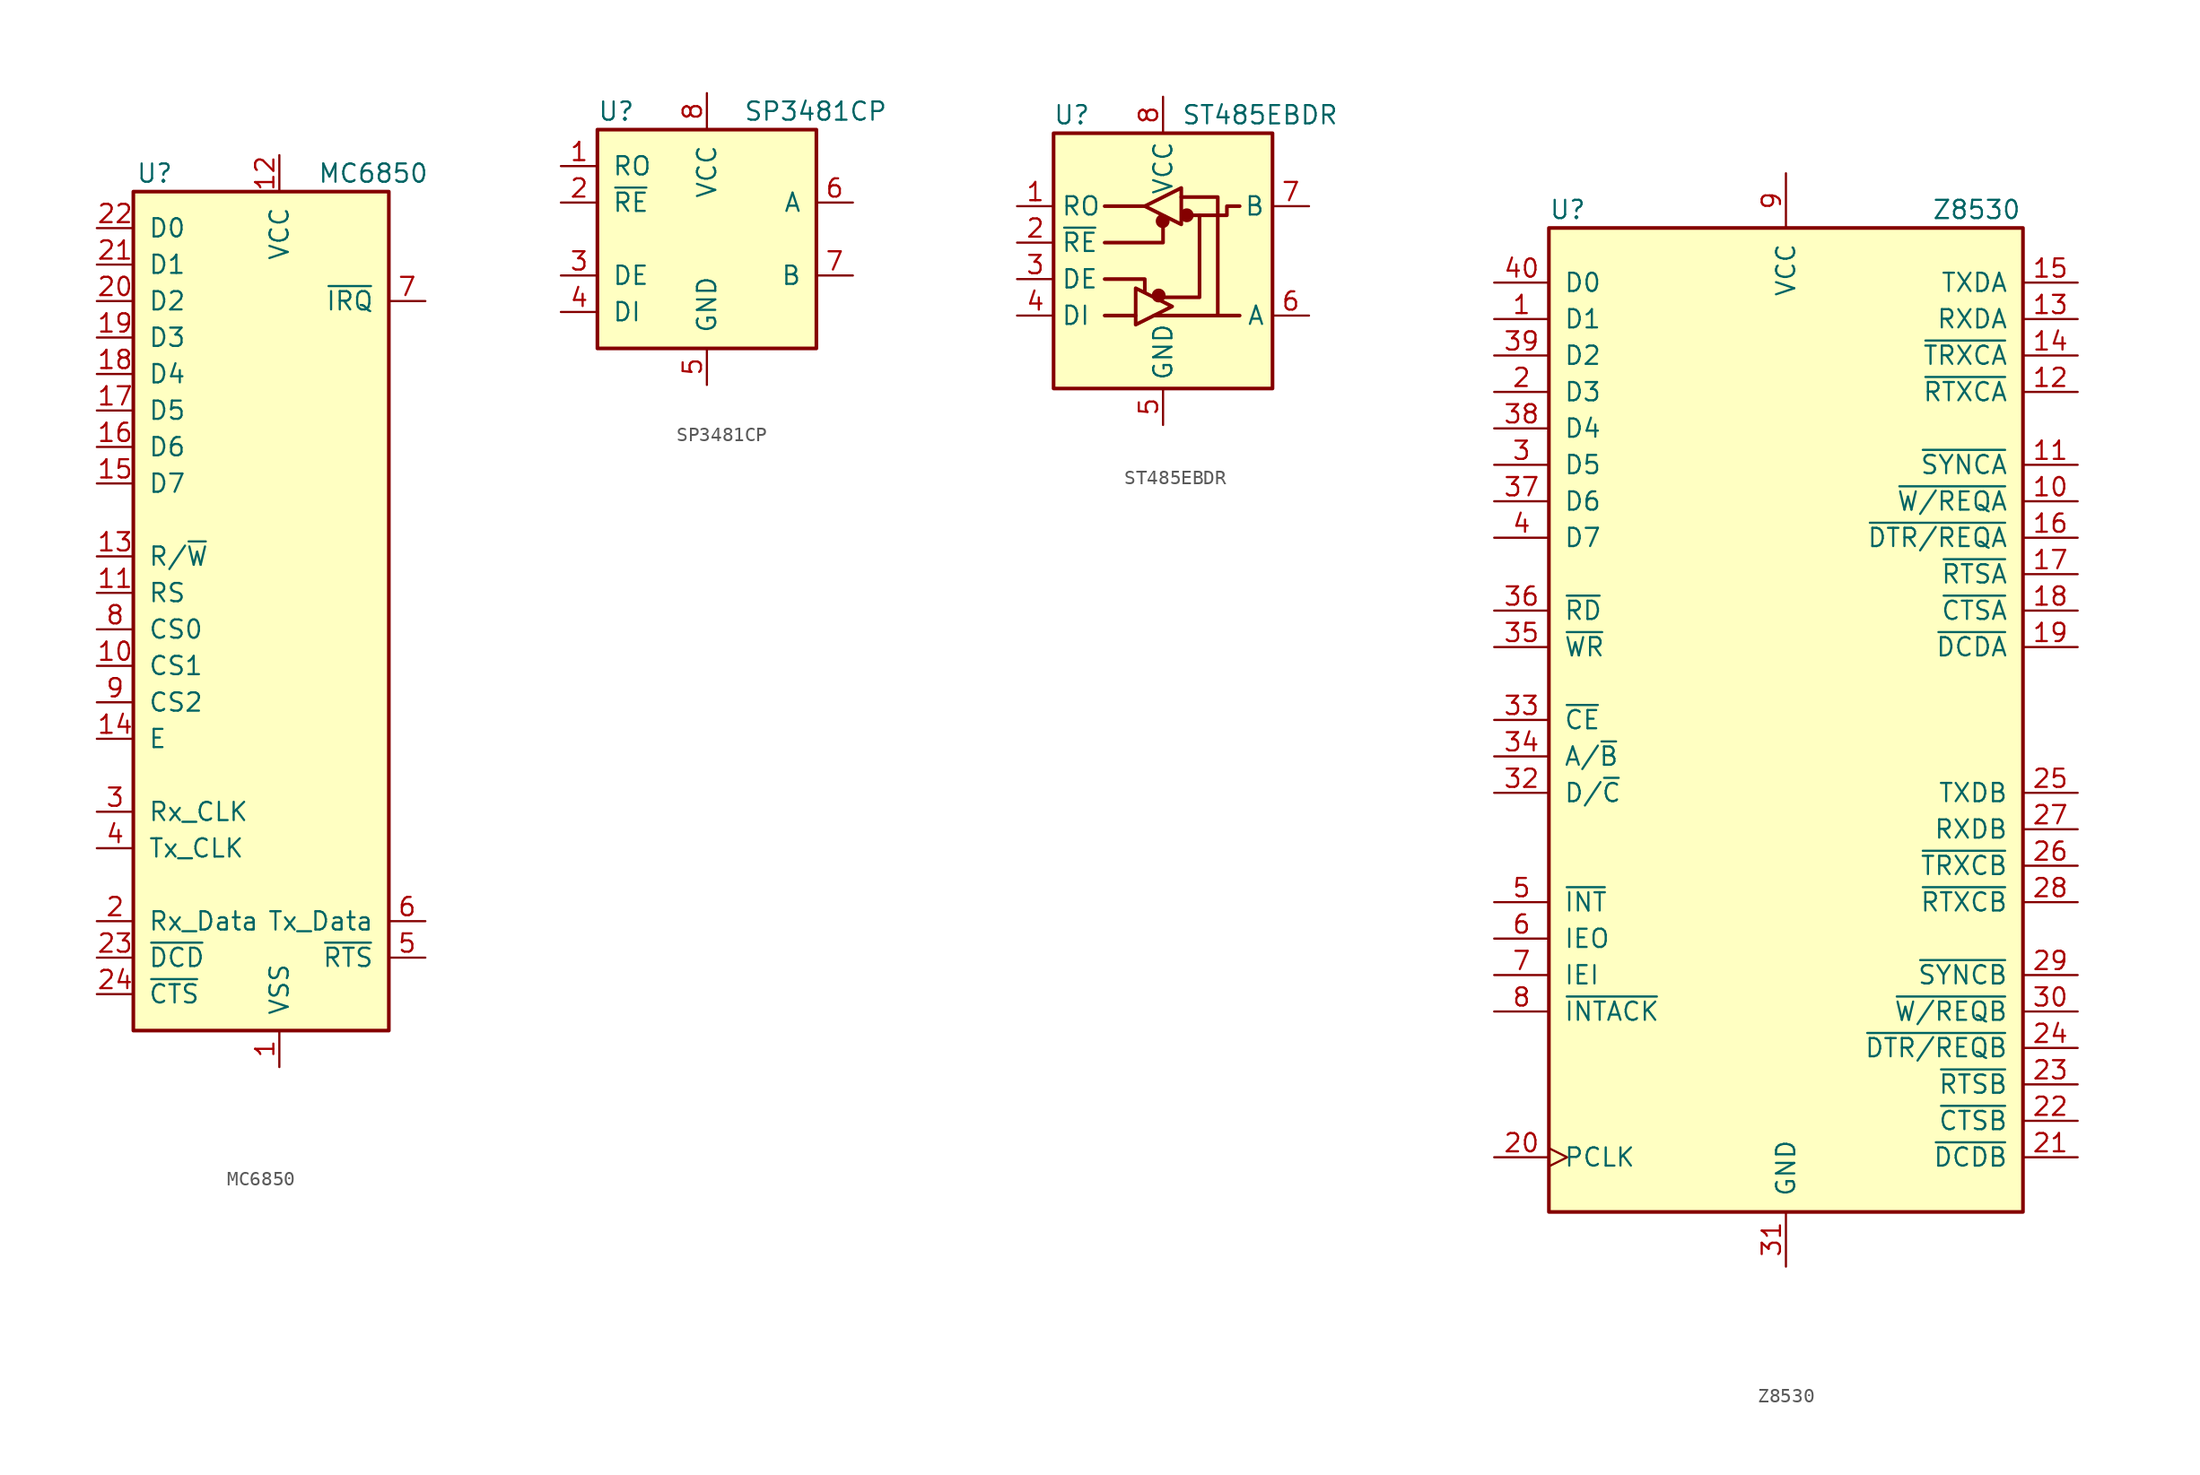
<source format=kicad_sym>
(kicad_symbol_lib
  (version 20201005)
  (generator kicad_symbol_editor)
  (symbol "Interface_UART:MC6850"
    (pin_names
      (offset 1.016))
    (property "Reference" "U"
      (at -7.366 31.75 0)
      (effects (font (size 1.27 1.27)) (justify right)))
    (property "Value" "MC6850"
      (at 10.414 31.75 0)
      (effects (font (size 1.27 1.27)) (justify right)))
    (symbol "MC6850_1_1"
      (rectangle (start -10.16 -27.94) (end 7.62 30.48) (stroke (width 0.254)) (fill (type background)))
      (pin power_in line (at 0 -30.48 90) (length 2.54) (name "VSS" (effects (font (size 1.27 1.27)))) (number "1" (effects (font (size 1.27 1.27)))))
      (pin input line (at -12.7 -2.54 0) (length 2.54) (name "CS1" (effects (font (size 1.27 1.27)))) (number "10" (effects (font (size 1.27 1.27)))))
      (pin input line (at -12.7 2.54 0) (length 2.54) (name "RS" (effects (font (size 1.27 1.27)))) (number "11" (effects (font (size 1.27 1.27)))))
      (pin power_in line (at 0 33.02 270) (length 2.54) (name "VCC" (effects (font (size 1.27 1.27)))) (number "12" (effects (font (size 1.27 1.27)))))
      (pin input line (at -12.7 5.08 0) (length 2.54) (name "R/~W" (effects (font (size 1.27 1.27)))) (number "13" (effects (font (size 1.27 1.27)))))
      (pin input line (at -12.7 -7.62 0) (length 2.54) (name "E" (effects (font (size 1.27 1.27)))) (number "14" (effects (font (size 1.27 1.27)))))
      (pin bidirectional line (at -12.7 10.16 0) (length 2.54) (name "D7" (effects (font (size 1.27 1.27)))) (number "15" (effects (font (size 1.27 1.27)))))
      (pin bidirectional line (at -12.7 12.7 0) (length 2.54) (name "D6" (effects (font (size 1.27 1.27)))) (number "16" (effects (font (size 1.27 1.27)))))
      (pin bidirectional line (at -12.7 15.24 0) (length 2.54) (name "D5" (effects (font (size 1.27 1.27)))) (number "17" (effects (font (size 1.27 1.27)))))
      (pin bidirectional line (at -12.7 17.78 0) (length 2.54) (name "D4" (effects (font (size 1.27 1.27)))) (number "18" (effects (font (size 1.27 1.27)))))
      (pin bidirectional line (at -12.7 20.32 0) (length 2.54) (name "D3" (effects (font (size 1.27 1.27)))) (number "19" (effects (font (size 1.27 1.27)))))
      (pin input line (at -12.7 -20.32 0) (length 2.54) (name "Rx_Data" (effects (font (size 1.27 1.27)))) (number "2" (effects (font (size 1.27 1.27)))))
      (pin bidirectional line (at -12.7 22.86 0) (length 2.54) (name "D2" (effects (font (size 1.27 1.27)))) (number "20" (effects (font (size 1.27 1.27)))))
      (pin bidirectional line (at -12.7 25.4 0) (length 2.54) (name "D1" (effects (font (size 1.27 1.27)))) (number "21" (effects (font (size 1.27 1.27)))))
      (pin bidirectional line (at -12.7 27.94 0) (length 2.54) (name "D0" (effects (font (size 1.27 1.27)))) (number "22" (effects (font (size 1.27 1.27)))))
      (pin input line (at -12.7 -22.86 0) (length 2.54) (name "~DCD" (effects (font (size 1.27 1.27)))) (number "23" (effects (font (size 1.27 1.27)))))
      (pin input line (at -12.7 -25.4 0) (length 2.54) (name "~CTS" (effects (font (size 1.27 1.27)))) (number "24" (effects (font (size 1.27 1.27)))))
      (pin input line (at -12.7 -12.7 0) (length 2.54) (name "Rx_CLK" (effects (font (size 1.27 1.27)))) (number "3" (effects (font (size 1.27 1.27)))))
      (pin input line (at -12.7 -15.24 0) (length 2.54) (name "Tx_CLK" (effects (font (size 1.27 1.27)))) (number "4" (effects (font (size 1.27 1.27)))))
      (pin output line (at 10.16 -22.86 180) (length 2.54) (name "~RTS" (effects (font (size 1.27 1.27)))) (number "5" (effects (font (size 1.27 1.27)))))
      (pin output line (at 10.16 -20.32 180) (length 2.54) (name "Tx_Data" (effects (font (size 1.27 1.27)))) (number "6" (effects (font (size 1.27 1.27)))))
      (pin output line (at 10.16 22.86 180) (length 2.54) (name "~IRQ" (effects (font (size 1.27 1.27)))) (number "7" (effects (font (size 1.27 1.27)))))
      (pin input line (at -12.7 0 0) (length 2.54) (name "CS0" (effects (font (size 1.27 1.27)))) (number "8" (effects (font (size 1.27 1.27)))))
      (pin input line (at -12.7 -5.08 0) (length 2.54) (name "CS2" (effects (font (size 1.27 1.27)))) (number "9" (effects (font (size 1.27 1.27)))))))
  (symbol "Interface_UART:SP3481CP"
    (pin_names
      (offset 1.016))
    (property "Reference" "U"
      (at -7.62 8.89 0)
      (effects (font (size 1.27 1.27)) (justify left)))
    (property "Value" "SP3481CP"
      (at 2.54 8.89 0)
      (effects (font (size 1.27 1.27)) (justify left)))
    (symbol "SP3481CP_0_1"
      (rectangle (start -7.62 7.62) (end 7.62 -7.62) (stroke (width 0.254)) (fill (type background))))
    (symbol "SP3481CP_1_1"
      (pin output line (at -10.16 5.08 0) (length 2.54) (name "RO" (effects (font (size 1.27 1.27)))) (number "1" (effects (font (size 1.27 1.27)))))
      (pin input line (at -10.16 2.54 0) (length 2.54) (name "~RE~" (effects (font (size 1.27 1.27)))) (number "2" (effects (font (size 1.27 1.27)))))
      (pin input line (at -10.16 -2.54 0) (length 2.54) (name "DE" (effects (font (size 1.27 1.27)))) (number "3" (effects (font (size 1.27 1.27)))))
      (pin input line (at -10.16 -5.08 0) (length 2.54) (name "DI" (effects (font (size 1.27 1.27)))) (number "4" (effects (font (size 1.27 1.27)))))
      (pin power_in line (at 0 -10.16 90) (length 2.54) (name "GND" (effects (font (size 1.27 1.27)))) (number "5" (effects (font (size 1.27 1.27)))))
      (pin bidirectional line (at 10.16 2.54 180) (length 2.54) (name "A" (effects (font (size 1.27 1.27)))) (number "6" (effects (font (size 1.27 1.27)))))
      (pin bidirectional line (at 10.16 -2.54 180) (length 2.54) (name "B" (effects (font (size 1.27 1.27)))) (number "7" (effects (font (size 1.27 1.27)))))
      (pin power_in line (at 0 10.16 270) (length 2.54) (name "VCC" (effects (font (size 1.27 1.27)))) (number "8" (effects (font (size 1.27 1.27)))))))
  (symbol "Interface_UART:ST485EBDR"
    (property "Reference" "U"
      (at -6.35 8.89 0)
      (effects (font (size 1.27 1.27))))
    (property "Value" "ST485EBDR"
      (at 1.27 8.89 0)
      (effects (font (size 1.27 1.27)) (justify left)))
    (symbol "ST485EBDR_0_1"
      (circle (center -0.305 -3.683) (radius 0.356) (stroke (width 0.254)) (fill (type outline)))
      (circle (center -0.025 1.499) (radius 0.356) (stroke (width 0.254)) (fill (type outline)))
      (circle (center 1.651 1.905) (radius 0.356) (stroke (width 0.254)) (fill (type outline)))
      (rectangle (start -7.62 7.62) (end 7.62 -10.16) (stroke (width 0.254)) (fill (type background)))
      (rectangle (start 1.27 3.175) (end 1.27 3.175) (stroke (width 0)) (fill (type none)))
      (polyline (pts (xy -4.064 -5.08) (xy -1.905 -5.08)) (stroke (width 0.254)) (fill (type none)))
      (polyline (pts (xy -4.064 2.54) (xy -1.27 2.54)) (stroke (width 0.254)) (fill (type none)))
      (polyline (pts (xy -1.27 -3.2) (xy -1.27 -3.454)) (stroke (width 0.254)) (fill (type none)))
      (polyline (pts (xy -0.635 -5.08) (xy 5.334 -5.08)) (stroke (width 0.254)) (fill (type none)))
      (polyline (pts (xy -4.064 -2.54) (xy -1.27 -2.54) (xy -1.27 -3.175)) (stroke (width 0.254)) (fill (type none)))
      (polyline (pts (xy 0 1.27) (xy 0 0) (xy -4.064 0)) (stroke (width 0.254)) (fill (type none)))
      (polyline (pts (xy 1.27 3.175) (xy 3.81 3.175) (xy 3.81 -5.08)) (stroke (width 0.254)) (fill (type none)))
      (polyline (pts (xy 2.54 1.905) (xy 2.54 -3.81) (xy 0 -3.81)) (stroke (width 0.254)) (fill (type none)))
      (polyline (pts (xy -1.905 -3.175) (xy -1.905 -5.715) (xy 0.635 -4.445) (xy -1.905 -3.175)) (stroke (width 0.254)) (fill (type none)))
      (polyline (pts (xy -1.27 2.54) (xy 1.27 3.81) (xy 1.27 1.27) (xy -1.27 2.54)) (stroke (width 0.254)) (fill (type none)))
      (polyline (pts (xy 1.905 1.905) (xy 4.445 1.905) (xy 4.445 2.54) (xy 5.334 2.54)) (stroke (width 0.254)) (fill (type none))))
    (symbol "ST485EBDR_1_1"
      (pin output line (at -10.16 2.54 0) (length 2.54) (name "RO" (effects (font (size 1.27 1.27)))) (number "1" (effects (font (size 1.27 1.27)))))
      (pin input line (at -10.16 0 0) (length 2.54) (name "~RE" (effects (font (size 1.27 1.27)))) (number "2" (effects (font (size 1.27 1.27)))))
      (pin input line (at -10.16 -2.54 0) (length 2.54) (name "DE" (effects (font (size 1.27 1.27)))) (number "3" (effects (font (size 1.27 1.27)))))
      (pin input line (at -10.16 -5.08 0) (length 2.54) (name "DI" (effects (font (size 1.27 1.27)))) (number "4" (effects (font (size 1.27 1.27)))))
      (pin power_in line (at 0 -12.7 90) (length 2.54) (name "GND" (effects (font (size 1.27 1.27)))) (number "5" (effects (font (size 1.27 1.27)))))
      (pin bidirectional line (at 10.16 -5.08 180) (length 2.54) (name "A" (effects (font (size 1.27 1.27)))) (number "6" (effects (font (size 1.27 1.27)))))
      (pin bidirectional line (at 10.16 2.54 180) (length 2.54) (name "B" (effects (font (size 1.27 1.27)))) (number "7" (effects (font (size 1.27 1.27)))))
      (pin power_in line (at 0 10.16 270) (length 2.54) (name "VCC" (effects (font (size 1.27 1.27)))) (number "8" (effects (font (size 1.27 1.27)))))))
  (symbol "Interface_UART:Z8530"
    (pin_names
      (offset 1.016))
    (property "Reference" "U"
      (at -16.51 35.56 0)
      (effects (font (size 1.27 1.27)) (justify left)))
    (property "Value" "Z8530"
      (at 10.16 35.56 0)
      (effects (font (size 1.27 1.27)) (justify left)))
    (symbol "Z8530_0_1"
      (rectangle (start -16.51 -34.29) (end 16.51 34.29) (stroke (width 0.254)) (fill (type background))))
    (symbol "Z8530_1_1"
      (pin input line (at -20.32 27.94 0) (length 3.81) (name "D1" (effects (font (size 1.27 1.27)))) (number "1" (effects (font (size 1.27 1.27)))))
      (pin output line (at 20.32 15.24 180) (length 3.81) (name "~W/REQA~" (effects (font (size 1.27 1.27)))) (number "10" (effects (font (size 1.27 1.27)))))
      (pin bidirectional line (at 20.32 17.78 180) (length 3.81) (name "~SYNCA~" (effects (font (size 1.27 1.27)))) (number "11" (effects (font (size 1.27 1.27)))))
      (pin input line (at 20.32 22.86 180) (length 3.81) (name "~RTXCA" (effects (font (size 1.27 1.27)))) (number "12" (effects (font (size 1.27 1.27)))))
      (pin input line (at 20.32 27.94 180) (length 3.81) (name "RXDA" (effects (font (size 1.27 1.27)))) (number "13" (effects (font (size 1.27 1.27)))))
      (pin bidirectional line (at 20.32 25.4 180) (length 3.81) (name "~TRXCA" (effects (font (size 1.27 1.27)))) (number "14" (effects (font (size 1.27 1.27)))))
      (pin output line (at 20.32 30.48 180) (length 3.81) (name "TXDA" (effects (font (size 1.27 1.27)))) (number "15" (effects (font (size 1.27 1.27)))))
      (pin output line (at 20.32 12.7 180) (length 3.81) (name "~DTR/REQA" (effects (font (size 1.27 1.27)))) (number "16" (effects (font (size 1.27 1.27)))))
      (pin output line (at 20.32 10.16 180) (length 3.81) (name "~RTSA" (effects (font (size 1.27 1.27)))) (number "17" (effects (font (size 1.27 1.27)))))
      (pin input line (at 20.32 7.62 180) (length 3.81) (name "~CTSA" (effects (font (size 1.27 1.27)))) (number "18" (effects (font (size 1.27 1.27)))))
      (pin input line (at 20.32 5.08 180) (length 3.81) (name "~DCDA" (effects (font (size 1.27 1.27)))) (number "19" (effects (font (size 1.27 1.27)))))
      (pin input line (at -20.32 22.86 0) (length 3.81) (name "D3" (effects (font (size 1.27 1.27)))) (number "2" (effects (font (size 1.27 1.27)))))
      (pin input clock (at -20.32 -30.48 0) (length 3.81) (name "PCLK" (effects (font (size 1.27 1.27)))) (number "20" (effects (font (size 1.27 1.27)))))
      (pin input line (at 20.32 -30.48 180) (length 3.81) (name "~DCDB" (effects (font (size 1.27 1.27)))) (number "21" (effects (font (size 1.27 1.27)))))
      (pin input line (at 20.32 -27.94 180) (length 3.81) (name "~CTSB" (effects (font (size 1.27 1.27)))) (number "22" (effects (font (size 1.27 1.27)))))
      (pin output line (at 20.32 -25.4 180) (length 3.81) (name "~RTSB" (effects (font (size 1.27 1.27)))) (number "23" (effects (font (size 1.27 1.27)))))
      (pin output line (at 20.32 -22.86 180) (length 3.81) (name "~DTR/REQB" (effects (font (size 1.27 1.27)))) (number "24" (effects (font (size 1.27 1.27)))))
      (pin output line (at 20.32 -5.08 180) (length 3.81) (name "TXDB" (effects (font (size 1.27 1.27)))) (number "25" (effects (font (size 1.27 1.27)))))
      (pin bidirectional line (at 20.32 -10.16 180) (length 3.81) (name "~TRXCB" (effects (font (size 1.27 1.27)))) (number "26" (effects (font (size 1.27 1.27)))))
      (pin input line (at 20.32 -7.62 180) (length 3.81) (name "RXDB" (effects (font (size 1.27 1.27)))) (number "27" (effects (font (size 1.27 1.27)))))
      (pin input line (at 20.32 -12.7 180) (length 3.81) (name "~RTXCB" (effects (font (size 1.27 1.27)))) (number "28" (effects (font (size 1.27 1.27)))))
      (pin bidirectional line (at 20.32 -17.78 180) (length 3.81) (name "~SYNCB" (effects (font (size 1.27 1.27)))) (number "29" (effects (font (size 1.27 1.27)))))
      (pin input line (at -20.32 17.78 0) (length 3.81) (name "D5" (effects (font (size 1.27 1.27)))) (number "3" (effects (font (size 1.27 1.27)))))
      (pin output line (at 20.32 -20.32 180) (length 3.81) (name "~W/REQB" (effects (font (size 1.27 1.27)))) (number "30" (effects (font (size 1.27 1.27)))))
      (pin power_in line (at 0 -38.1 90) (length 3.81) (name "GND" (effects (font (size 1.27 1.27)))) (number "31" (effects (font (size 1.27 1.27)))))
      (pin input line (at -20.32 -5.08 0) (length 3.81) (name "D/~C~" (effects (font (size 1.27 1.27)))) (number "32" (effects (font (size 1.27 1.27)))))
      (pin input line (at -20.32 0 0) (length 3.81) (name "~CE" (effects (font (size 1.27 1.27)))) (number "33" (effects (font (size 1.27 1.27)))))
      (pin input line (at -20.32 -2.54 0) (length 3.81) (name "A/~B~" (effects (font (size 1.27 1.27)))) (number "34" (effects (font (size 1.27 1.27)))))
      (pin input line (at -20.32 5.08 0) (length 3.81) (name "~WR" (effects (font (size 1.27 1.27)))) (number "35" (effects (font (size 1.27 1.27)))))
      (pin input line (at -20.32 7.62 0) (length 3.81) (name "~RD" (effects (font (size 1.27 1.27)))) (number "36" (effects (font (size 1.27 1.27)))))
      (pin input line (at -20.32 15.24 0) (length 3.81) (name "D6" (effects (font (size 1.27 1.27)))) (number "37" (effects (font (size 1.27 1.27)))))
      (pin input line (at -20.32 20.32 0) (length 3.81) (name "D4" (effects (font (size 1.27 1.27)))) (number "38" (effects (font (size 1.27 1.27)))))
      (pin input line (at -20.32 25.4 0) (length 3.81) (name "D2" (effects (font (size 1.27 1.27)))) (number "39" (effects (font (size 1.27 1.27)))))
      (pin input line (at -20.32 12.7 0) (length 3.81) (name "D7" (effects (font (size 1.27 1.27)))) (number "4" (effects (font (size 1.27 1.27)))))
      (pin input line (at -20.32 30.48 0) (length 3.81) (name "D0" (effects (font (size 1.27 1.27)))) (number "40" (effects (font (size 1.27 1.27)))))
      (pin open_collector line (at -20.32 -12.7 0) (length 3.81) (name "~INT" (effects (font (size 1.27 1.27)))) (number "5" (effects (font (size 1.27 1.27)))))
      (pin output line (at -20.32 -15.24 0) (length 3.81) (name "IEO" (effects (font (size 1.27 1.27)))) (number "6" (effects (font (size 1.27 1.27)))))
      (pin input line (at -20.32 -17.78 0) (length 3.81) (name "IEI" (effects (font (size 1.27 1.27)))) (number "7" (effects (font (size 1.27 1.27)))))
      (pin input line (at -20.32 -20.32 0) (length 3.81) (name "~INTACK" (effects (font (size 1.27 1.27)))) (number "8" (effects (font (size 1.27 1.27)))))
      (pin power_in line (at 0 38.1 270) (length 3.81) (name "VCC" (effects (font (size 1.27 1.27)))) (number "9" (effects (font (size 1.27 1.27))))))))
</source>
